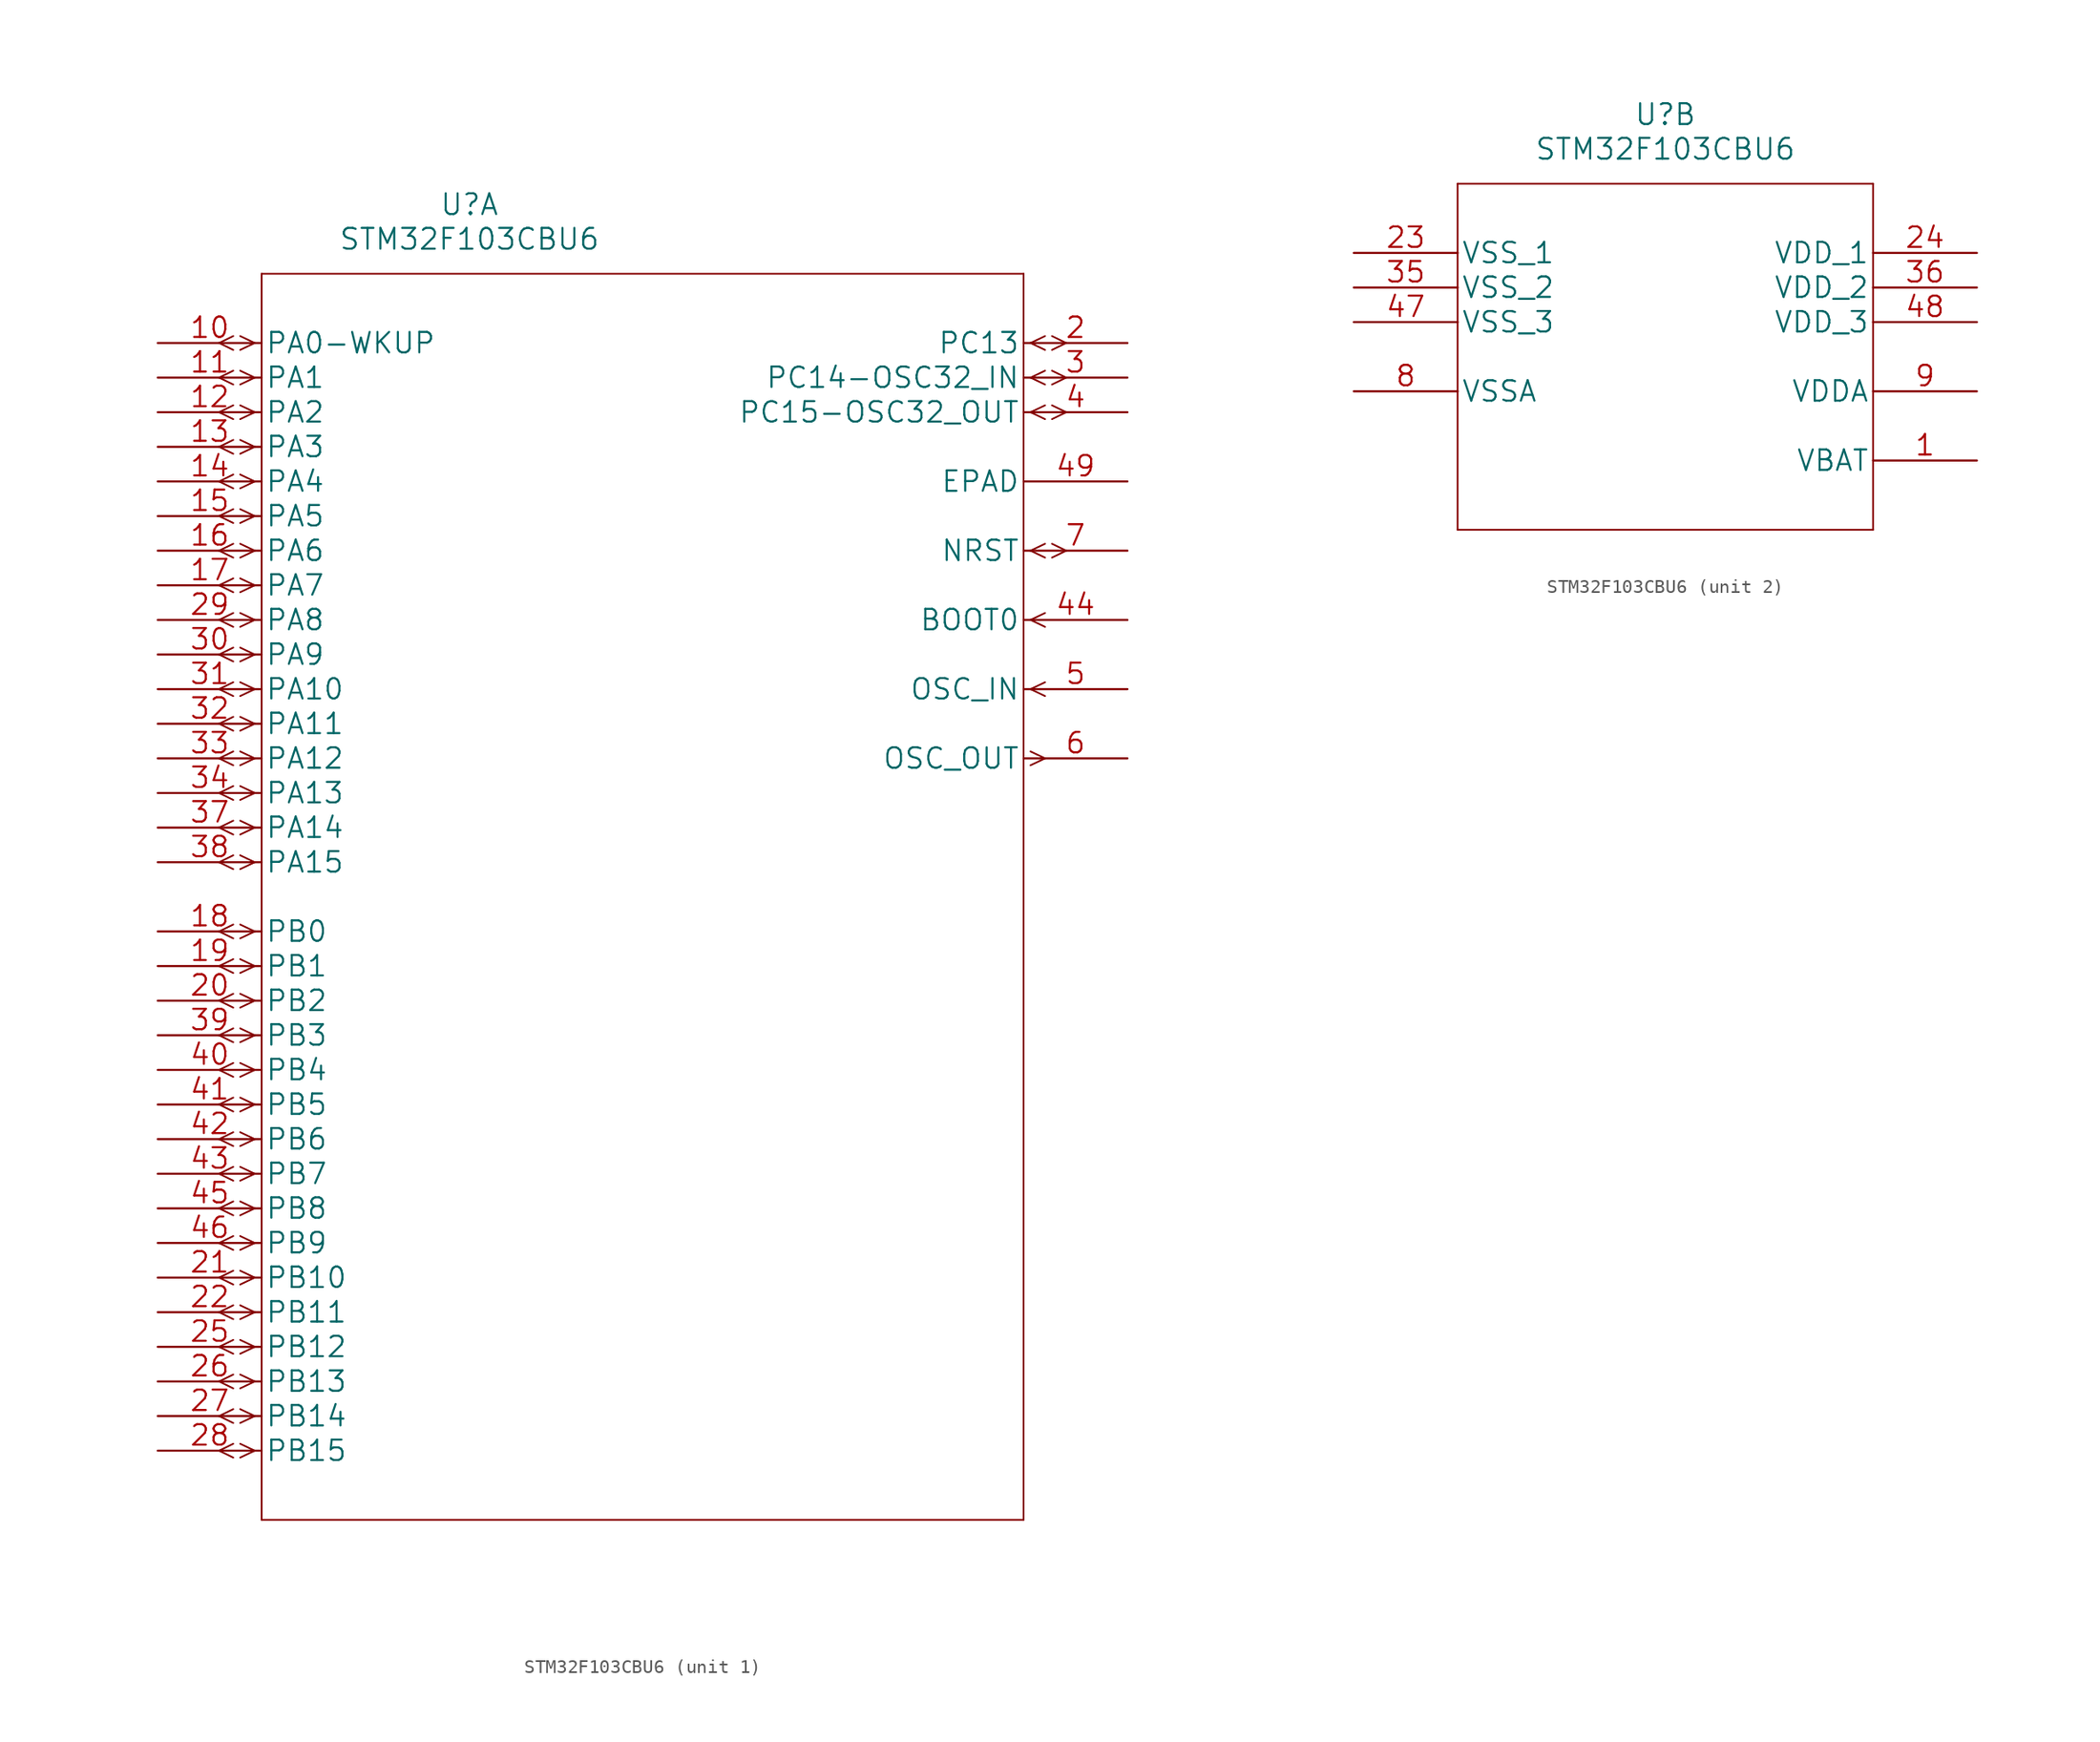
<source format=kicad_sym>
(kicad_symbol_lib
  (version 20211014)
  (generator kicad_symbol_editor)
  (symbol "STM32F103CBU6"
    (pin_names
      (offset 0.254))
    (property "Reference" "U"
      (at 22.86 10.16 0)
      (effects (font (size 1.524 1.524))))
    (property "Value" "STM32F103CBU6"
      (at 22.86 7.62 0)
      (effects (font (size 1.524 1.524))))
    (symbol "STM32F103CBU6_1_1"
      (polyline (pts (xy 5.537 -81.788) (xy 4.496 -81.28)) (stroke (width 0.127) (type default) (color 0 0 0 0)) (fill (type none)))
      (polyline (pts (xy 5.537 -80.772) (xy 4.496 -81.28)) (stroke (width 0.127) (type default) (color 0 0 0 0)) (fill (type none)))
      (polyline (pts (xy 5.537 -79.248) (xy 4.496 -78.74)) (stroke (width 0.127) (type default) (color 0 0 0 0)) (fill (type none)))
      (polyline (pts (xy 5.537 -78.232) (xy 4.496 -78.74)) (stroke (width 0.127) (type default) (color 0 0 0 0)) (fill (type none)))
      (polyline (pts (xy 5.537 -76.708) (xy 4.496 -76.2)) (stroke (width 0.127) (type default) (color 0 0 0 0)) (fill (type none)))
      (polyline (pts (xy 5.537 -75.692) (xy 4.496 -76.2)) (stroke (width 0.127) (type default) (color 0 0 0 0)) (fill (type none)))
      (polyline (pts (xy 5.537 -74.168) (xy 4.496 -73.66)) (stroke (width 0.127) (type default) (color 0 0 0 0)) (fill (type none)))
      (polyline (pts (xy 5.537 -73.152) (xy 4.496 -73.66)) (stroke (width 0.127) (type default) (color 0 0 0 0)) (fill (type none)))
      (polyline (pts (xy 5.537 -71.628) (xy 4.496 -71.12)) (stroke (width 0.127) (type default) (color 0 0 0 0)) (fill (type none)))
      (polyline (pts (xy 5.537 -70.612) (xy 4.496 -71.12)) (stroke (width 0.127) (type default) (color 0 0 0 0)) (fill (type none)))
      (polyline (pts (xy 5.537 -69.088) (xy 4.496 -68.58)) (stroke (width 0.127) (type default) (color 0 0 0 0)) (fill (type none)))
      (polyline (pts (xy 5.537 -68.072) (xy 4.496 -68.58)) (stroke (width 0.127) (type default) (color 0 0 0 0)) (fill (type none)))
      (polyline (pts (xy 5.537 -66.548) (xy 4.496 -66.04)) (stroke (width 0.127) (type default) (color 0 0 0 0)) (fill (type none)))
      (polyline (pts (xy 5.537 -65.532) (xy 4.496 -66.04)) (stroke (width 0.127) (type default) (color 0 0 0 0)) (fill (type none)))
      (polyline (pts (xy 5.537 -64.008) (xy 4.496 -63.5)) (stroke (width 0.127) (type default) (color 0 0 0 0)) (fill (type none)))
      (polyline (pts (xy 5.537 -62.992) (xy 4.496 -63.5)) (stroke (width 0.127) (type default) (color 0 0 0 0)) (fill (type none)))
      (polyline (pts (xy 5.537 -61.468) (xy 4.496 -60.96)) (stroke (width 0.127) (type default) (color 0 0 0 0)) (fill (type none)))
      (polyline (pts (xy 5.537 -60.452) (xy 4.496 -60.96)) (stroke (width 0.127) (type default) (color 0 0 0 0)) (fill (type none)))
      (polyline (pts (xy 5.537 -58.928) (xy 4.496 -58.42)) (stroke (width 0.127) (type default) (color 0 0 0 0)) (fill (type none)))
      (polyline (pts (xy 5.537 -57.912) (xy 4.496 -58.42)) (stroke (width 0.127) (type default) (color 0 0 0 0)) (fill (type none)))
      (polyline (pts (xy 5.537 -56.388) (xy 4.496 -55.88)) (stroke (width 0.127) (type default) (color 0 0 0 0)) (fill (type none)))
      (polyline (pts (xy 5.537 -55.372) (xy 4.496 -55.88)) (stroke (width 0.127) (type default) (color 0 0 0 0)) (fill (type none)))
      (polyline (pts (xy 5.537 -53.848) (xy 4.496 -53.34)) (stroke (width 0.127) (type default) (color 0 0 0 0)) (fill (type none)))
      (polyline (pts (xy 5.537 -52.832) (xy 4.496 -53.34)) (stroke (width 0.127) (type default) (color 0 0 0 0)) (fill (type none)))
      (polyline (pts (xy 5.537 -51.308) (xy 4.496 -50.8)) (stroke (width 0.127) (type default) (color 0 0 0 0)) (fill (type none)))
      (polyline (pts (xy 5.537 -50.292) (xy 4.496 -50.8)) (stroke (width 0.127) (type default) (color 0 0 0 0)) (fill (type none)))
      (polyline (pts (xy 5.537 -48.768) (xy 4.496 -48.26)) (stroke (width 0.127) (type default) (color 0 0 0 0)) (fill (type none)))
      (polyline (pts (xy 5.537 -47.752) (xy 4.496 -48.26)) (stroke (width 0.127) (type default) (color 0 0 0 0)) (fill (type none)))
      (polyline (pts (xy 5.537 -46.228) (xy 4.496 -45.72)) (stroke (width 0.127) (type default) (color 0 0 0 0)) (fill (type none)))
      (polyline (pts (xy 5.537 -45.212) (xy 4.496 -45.72)) (stroke (width 0.127) (type default) (color 0 0 0 0)) (fill (type none)))
      (polyline (pts (xy 5.537 -43.688) (xy 4.496 -43.18)) (stroke (width 0.127) (type default) (color 0 0 0 0)) (fill (type none)))
      (polyline (pts (xy 5.537 -42.672) (xy 4.496 -43.18)) (stroke (width 0.127) (type default) (color 0 0 0 0)) (fill (type none)))
      (polyline (pts (xy 5.537 -38.608) (xy 4.496 -38.1)) (stroke (width 0.127) (type default) (color 0 0 0 0)) (fill (type none)))
      (polyline (pts (xy 5.537 -37.592) (xy 4.496 -38.1)) (stroke (width 0.127) (type default) (color 0 0 0 0)) (fill (type none)))
      (polyline (pts (xy 5.537 -36.068) (xy 4.496 -35.56)) (stroke (width 0.127) (type default) (color 0 0 0 0)) (fill (type none)))
      (polyline (pts (xy 5.537 -35.052) (xy 4.496 -35.56)) (stroke (width 0.127) (type default) (color 0 0 0 0)) (fill (type none)))
      (polyline (pts (xy 5.537 -33.528) (xy 4.496 -33.02)) (stroke (width 0.127) (type default) (color 0 0 0 0)) (fill (type none)))
      (polyline (pts (xy 5.537 -32.512) (xy 4.496 -33.02)) (stroke (width 0.127) (type default) (color 0 0 0 0)) (fill (type none)))
      (polyline (pts (xy 5.537 -30.988) (xy 4.496 -30.48)) (stroke (width 0.127) (type default) (color 0 0 0 0)) (fill (type none)))
      (polyline (pts (xy 5.537 -29.972) (xy 4.496 -30.48)) (stroke (width 0.127) (type default) (color 0 0 0 0)) (fill (type none)))
      (polyline (pts (xy 5.537 -28.448) (xy 4.496 -27.94)) (stroke (width 0.127) (type default) (color 0 0 0 0)) (fill (type none)))
      (polyline (pts (xy 5.537 -27.432) (xy 4.496 -27.94)) (stroke (width 0.127) (type default) (color 0 0 0 0)) (fill (type none)))
      (polyline (pts (xy 5.537 -25.908) (xy 4.496 -25.4)) (stroke (width 0.127) (type default) (color 0 0 0 0)) (fill (type none)))
      (polyline (pts (xy 5.537 -24.892) (xy 4.496 -25.4)) (stroke (width 0.127) (type default) (color 0 0 0 0)) (fill (type none)))
      (polyline (pts (xy 5.537 -23.368) (xy 4.496 -22.86)) (stroke (width 0.127) (type default) (color 0 0 0 0)) (fill (type none)))
      (polyline (pts (xy 5.537 -22.352) (xy 4.496 -22.86)) (stroke (width 0.127) (type default) (color 0 0 0 0)) (fill (type none)))
      (polyline (pts (xy 5.537 -20.828) (xy 4.496 -20.32)) (stroke (width 0.127) (type default) (color 0 0 0 0)) (fill (type none)))
      (polyline (pts (xy 5.537 -19.812) (xy 4.496 -20.32)) (stroke (width 0.127) (type default) (color 0 0 0 0)) (fill (type none)))
      (polyline (pts (xy 5.537 -18.288) (xy 4.496 -17.78)) (stroke (width 0.127) (type default) (color 0 0 0 0)) (fill (type none)))
      (polyline (pts (xy 5.537 -17.272) (xy 4.496 -17.78)) (stroke (width 0.127) (type default) (color 0 0 0 0)) (fill (type none)))
      (polyline (pts (xy 5.537 -15.748) (xy 4.496 -15.24)) (stroke (width 0.127) (type default) (color 0 0 0 0)) (fill (type none)))
      (polyline (pts (xy 5.537 -14.732) (xy 4.496 -15.24)) (stroke (width 0.127) (type default) (color 0 0 0 0)) (fill (type none)))
      (polyline (pts (xy 5.537 -13.208) (xy 4.496 -12.7)) (stroke (width 0.127) (type default) (color 0 0 0 0)) (fill (type none)))
      (polyline (pts (xy 5.537 -12.192) (xy 4.496 -12.7)) (stroke (width 0.127) (type default) (color 0 0 0 0)) (fill (type none)))
      (polyline (pts (xy 5.537 -10.668) (xy 4.496 -10.16)) (stroke (width 0.127) (type default) (color 0 0 0 0)) (fill (type none)))
      (polyline (pts (xy 5.537 -9.652) (xy 4.496 -10.16)) (stroke (width 0.127) (type default) (color 0 0 0 0)) (fill (type none)))
      (polyline (pts (xy 5.537 -8.128) (xy 4.496 -7.62)) (stroke (width 0.127) (type default) (color 0 0 0 0)) (fill (type none)))
      (polyline (pts (xy 5.537 -7.112) (xy 4.496 -7.62)) (stroke (width 0.127) (type default) (color 0 0 0 0)) (fill (type none)))
      (polyline (pts (xy 5.537 -5.588) (xy 4.496 -5.08)) (stroke (width 0.127) (type default) (color 0 0 0 0)) (fill (type none)))
      (polyline (pts (xy 5.537 -4.572) (xy 4.496 -5.08)) (stroke (width 0.127) (type default) (color 0 0 0 0)) (fill (type none)))
      (polyline (pts (xy 5.537 -3.048) (xy 4.496 -2.54)) (stroke (width 0.127) (type default) (color 0 0 0 0)) (fill (type none)))
      (polyline (pts (xy 5.537 -2.032) (xy 4.496 -2.54)) (stroke (width 0.127) (type default) (color 0 0 0 0)) (fill (type none)))
      (polyline (pts (xy 5.537 -0.508) (xy 4.496 0)) (stroke (width 0.127) (type default) (color 0 0 0 0)) (fill (type none)))
      (polyline (pts (xy 5.537 0.508) (xy 4.496 0)) (stroke (width 0.127) (type default) (color 0 0 0 0)) (fill (type none)))
      (polyline (pts (xy 7.112 -81.28) (xy 6.045 -81.788)) (stroke (width 0.127) (type default) (color 0 0 0 0)) (fill (type none)))
      (polyline (pts (xy 7.112 -81.28) (xy 6.045 -80.772)) (stroke (width 0.127) (type default) (color 0 0 0 0)) (fill (type none)))
      (polyline (pts (xy 7.112 -78.74) (xy 6.045 -79.248)) (stroke (width 0.127) (type default) (color 0 0 0 0)) (fill (type none)))
      (polyline (pts (xy 7.112 -78.74) (xy 6.045 -78.232)) (stroke (width 0.127) (type default) (color 0 0 0 0)) (fill (type none)))
      (polyline (pts (xy 7.112 -76.2) (xy 6.045 -76.708)) (stroke (width 0.127) (type default) (color 0 0 0 0)) (fill (type none)))
      (polyline (pts (xy 7.112 -76.2) (xy 6.045 -75.692)) (stroke (width 0.127) (type default) (color 0 0 0 0)) (fill (type none)))
      (polyline (pts (xy 7.112 -73.66) (xy 6.045 -74.168)) (stroke (width 0.127) (type default) (color 0 0 0 0)) (fill (type none)))
      (polyline (pts (xy 7.112 -73.66) (xy 6.045 -73.152)) (stroke (width 0.127) (type default) (color 0 0 0 0)) (fill (type none)))
      (polyline (pts (xy 7.112 -71.12) (xy 6.045 -71.628)) (stroke (width 0.127) (type default) (color 0 0 0 0)) (fill (type none)))
      (polyline (pts (xy 7.112 -71.12) (xy 6.045 -70.612)) (stroke (width 0.127) (type default) (color 0 0 0 0)) (fill (type none)))
      (polyline (pts (xy 7.112 -68.58) (xy 6.045 -69.088)) (stroke (width 0.127) (type default) (color 0 0 0 0)) (fill (type none)))
      (polyline (pts (xy 7.112 -68.58) (xy 6.045 -68.072)) (stroke (width 0.127) (type default) (color 0 0 0 0)) (fill (type none)))
      (polyline (pts (xy 7.112 -66.04) (xy 6.045 -66.548)) (stroke (width 0.127) (type default) (color 0 0 0 0)) (fill (type none)))
      (polyline (pts (xy 7.112 -66.04) (xy 6.045 -65.532)) (stroke (width 0.127) (type default) (color 0 0 0 0)) (fill (type none)))
      (polyline (pts (xy 7.112 -63.5) (xy 6.045 -64.008)) (stroke (width 0.127) (type default) (color 0 0 0 0)) (fill (type none)))
      (polyline (pts (xy 7.112 -63.5) (xy 6.045 -62.992)) (stroke (width 0.127) (type default) (color 0 0 0 0)) (fill (type none)))
      (polyline (pts (xy 7.112 -60.96) (xy 6.045 -61.468)) (stroke (width 0.127) (type default) (color 0 0 0 0)) (fill (type none)))
      (polyline (pts (xy 7.112 -60.96) (xy 6.045 -60.452)) (stroke (width 0.127) (type default) (color 0 0 0 0)) (fill (type none)))
      (polyline (pts (xy 7.112 -58.42) (xy 6.045 -58.928)) (stroke (width 0.127) (type default) (color 0 0 0 0)) (fill (type none)))
      (polyline (pts (xy 7.112 -58.42) (xy 6.045 -57.912)) (stroke (width 0.127) (type default) (color 0 0 0 0)) (fill (type none)))
      (polyline (pts (xy 7.112 -55.88) (xy 6.045 -56.388)) (stroke (width 0.127) (type default) (color 0 0 0 0)) (fill (type none)))
      (polyline (pts (xy 7.112 -55.88) (xy 6.045 -55.372)) (stroke (width 0.127) (type default) (color 0 0 0 0)) (fill (type none)))
      (polyline (pts (xy 7.112 -53.34) (xy 6.045 -53.848)) (stroke (width 0.127) (type default) (color 0 0 0 0)) (fill (type none)))
      (polyline (pts (xy 7.112 -53.34) (xy 6.045 -52.832)) (stroke (width 0.127) (type default) (color 0 0 0 0)) (fill (type none)))
      (polyline (pts (xy 7.112 -50.8) (xy 6.045 -51.308)) (stroke (width 0.127) (type default) (color 0 0 0 0)) (fill (type none)))
      (polyline (pts (xy 7.112 -50.8) (xy 6.045 -50.292)) (stroke (width 0.127) (type default) (color 0 0 0 0)) (fill (type none)))
      (polyline (pts (xy 7.112 -48.26) (xy 6.045 -48.768)) (stroke (width 0.127) (type default) (color 0 0 0 0)) (fill (type none)))
      (polyline (pts (xy 7.112 -48.26) (xy 6.045 -47.752)) (stroke (width 0.127) (type default) (color 0 0 0 0)) (fill (type none)))
      (polyline (pts (xy 7.112 -45.72) (xy 6.045 -46.228)) (stroke (width 0.127) (type default) (color 0 0 0 0)) (fill (type none)))
      (polyline (pts (xy 7.112 -45.72) (xy 6.045 -45.212)) (stroke (width 0.127) (type default) (color 0 0 0 0)) (fill (type none)))
      (polyline (pts (xy 7.112 -43.18) (xy 6.045 -43.688)) (stroke (width 0.127) (type default) (color 0 0 0 0)) (fill (type none)))
      (polyline (pts (xy 7.112 -43.18) (xy 6.045 -42.672)) (stroke (width 0.127) (type default) (color 0 0 0 0)) (fill (type none)))
      (polyline (pts (xy 7.112 -38.1) (xy 6.045 -38.608)) (stroke (width 0.127) (type default) (color 0 0 0 0)) (fill (type none)))
      (polyline (pts (xy 7.112 -38.1) (xy 6.045 -37.592)) (stroke (width 0.127) (type default) (color 0 0 0 0)) (fill (type none)))
      (polyline (pts (xy 7.112 -35.56) (xy 6.045 -36.068)) (stroke (width 0.127) (type default) (color 0 0 0 0)) (fill (type none)))
      (polyline (pts (xy 7.112 -35.56) (xy 6.045 -35.052)) (stroke (width 0.127) (type default) (color 0 0 0 0)) (fill (type none)))
      (polyline (pts (xy 7.112 -33.02) (xy 6.045 -33.528)) (stroke (width 0.127) (type default) (color 0 0 0 0)) (fill (type none)))
      (polyline (pts (xy 7.112 -33.02) (xy 6.045 -32.512)) (stroke (width 0.127) (type default) (color 0 0 0 0)) (fill (type none)))
      (polyline (pts (xy 7.112 -30.48) (xy 6.045 -30.988)) (stroke (width 0.127) (type default) (color 0 0 0 0)) (fill (type none)))
      (polyline (pts (xy 7.112 -30.48) (xy 6.045 -29.972)) (stroke (width 0.127) (type default) (color 0 0 0 0)) (fill (type none)))
      (polyline (pts (xy 7.112 -27.94) (xy 6.045 -28.448)) (stroke (width 0.127) (type default) (color 0 0 0 0)) (fill (type none)))
      (polyline (pts (xy 7.112 -27.94) (xy 6.045 -27.432)) (stroke (width 0.127) (type default) (color 0 0 0 0)) (fill (type none)))
      (polyline (pts (xy 7.112 -25.4) (xy 6.045 -25.908)) (stroke (width 0.127) (type default) (color 0 0 0 0)) (fill (type none)))
      (polyline (pts (xy 7.112 -25.4) (xy 6.045 -24.892)) (stroke (width 0.127) (type default) (color 0 0 0 0)) (fill (type none)))
      (polyline (pts (xy 7.112 -22.86) (xy 6.045 -23.368)) (stroke (width 0.127) (type default) (color 0 0 0 0)) (fill (type none)))
      (polyline (pts (xy 7.112 -22.86) (xy 6.045 -22.352)) (stroke (width 0.127) (type default) (color 0 0 0 0)) (fill (type none)))
      (polyline (pts (xy 7.112 -20.32) (xy 6.045 -20.828)) (stroke (width 0.127) (type default) (color 0 0 0 0)) (fill (type none)))
      (polyline (pts (xy 7.112 -20.32) (xy 6.045 -19.812)) (stroke (width 0.127) (type default) (color 0 0 0 0)) (fill (type none)))
      (polyline (pts (xy 7.112 -17.78) (xy 6.045 -18.288)) (stroke (width 0.127) (type default) (color 0 0 0 0)) (fill (type none)))
      (polyline (pts (xy 7.112 -17.78) (xy 6.045 -17.272)) (stroke (width 0.127) (type default) (color 0 0 0 0)) (fill (type none)))
      (polyline (pts (xy 7.112 -15.24) (xy 6.045 -15.748)) (stroke (width 0.127) (type default) (color 0 0 0 0)) (fill (type none)))
      (polyline (pts (xy 7.112 -15.24) (xy 6.045 -14.732)) (stroke (width 0.127) (type default) (color 0 0 0 0)) (fill (type none)))
      (polyline (pts (xy 7.112 -12.7) (xy 6.045 -13.208)) (stroke (width 0.127) (type default) (color 0 0 0 0)) (fill (type none)))
      (polyline (pts (xy 7.112 -12.7) (xy 6.045 -12.192)) (stroke (width 0.127) (type default) (color 0 0 0 0)) (fill (type none)))
      (polyline (pts (xy 7.112 -10.16) (xy 6.045 -10.668)) (stroke (width 0.127) (type default) (color 0 0 0 0)) (fill (type none)))
      (polyline (pts (xy 7.112 -10.16) (xy 6.045 -9.652)) (stroke (width 0.127) (type default) (color 0 0 0 0)) (fill (type none)))
      (polyline (pts (xy 7.112 -7.62) (xy 6.045 -8.128)) (stroke (width 0.127) (type default) (color 0 0 0 0)) (fill (type none)))
      (polyline (pts (xy 7.112 -7.62) (xy 6.045 -7.112)) (stroke (width 0.127) (type default) (color 0 0 0 0)) (fill (type none)))
      (polyline (pts (xy 7.112 -5.08) (xy 6.045 -5.588)) (stroke (width 0.127) (type default) (color 0 0 0 0)) (fill (type none)))
      (polyline (pts (xy 7.112 -5.08) (xy 6.045 -4.572)) (stroke (width 0.127) (type default) (color 0 0 0 0)) (fill (type none)))
      (polyline (pts (xy 7.112 -2.54) (xy 6.045 -3.048)) (stroke (width 0.127) (type default) (color 0 0 0 0)) (fill (type none)))
      (polyline (pts (xy 7.112 -2.54) (xy 6.045 -2.032)) (stroke (width 0.127) (type default) (color 0 0 0 0)) (fill (type none)))
      (polyline (pts (xy 7.112 0) (xy 6.045 -0.508)) (stroke (width 0.127) (type default) (color 0 0 0 0)) (fill (type none)))
      (polyline (pts (xy 7.112 0) (xy 6.045 0.508)) (stroke (width 0.127) (type default) (color 0 0 0 0)) (fill (type none)))
      (polyline (pts (xy 7.62 -86.36) (xy 63.5 -86.36)) (stroke (width 0.127) (type default) (color 0 0 0 0)) (fill (type none)))
      (polyline (pts (xy 7.62 5.08) (xy 7.62 -86.36)) (stroke (width 0.127) (type default) (color 0 0 0 0)) (fill (type none)))
      (polyline (pts (xy 63.5 -86.36) (xy 63.5 5.08)) (stroke (width 0.127) (type default) (color 0 0 0 0)) (fill (type none)))
      (polyline (pts (xy 63.5 5.08) (xy 7.62 5.08)) (stroke (width 0.127) (type default) (color 0 0 0 0)) (fill (type none)))
      (polyline (pts (xy 64.008 -30.988) (xy 65.075 -30.48)) (stroke (width 0.127) (type default) (color 0 0 0 0)) (fill (type none)))
      (polyline (pts (xy 64.008 -29.972) (xy 65.075 -30.48)) (stroke (width 0.127) (type default) (color 0 0 0 0)) (fill (type none)))
      (polyline (pts (xy 64.008 -25.4) (xy 65.075 -25.908)) (stroke (width 0.127) (type default) (color 0 0 0 0)) (fill (type none)))
      (polyline (pts (xy 64.008 -25.4) (xy 65.075 -24.892)) (stroke (width 0.127) (type default) (color 0 0 0 0)) (fill (type none)))
      (polyline (pts (xy 64.008 -20.32) (xy 65.075 -20.828)) (stroke (width 0.127) (type default) (color 0 0 0 0)) (fill (type none)))
      (polyline (pts (xy 64.008 -20.32) (xy 65.075 -19.812)) (stroke (width 0.127) (type default) (color 0 0 0 0)) (fill (type none)))
      (polyline (pts (xy 64.008 -15.24) (xy 65.075 -15.748)) (stroke (width 0.127) (type default) (color 0 0 0 0)) (fill (type none)))
      (polyline (pts (xy 64.008 -15.24) (xy 65.075 -14.732)) (stroke (width 0.127) (type default) (color 0 0 0 0)) (fill (type none)))
      (polyline (pts (xy 64.008 -5.08) (xy 65.075 -5.588)) (stroke (width 0.127) (type default) (color 0 0 0 0)) (fill (type none)))
      (polyline (pts (xy 64.008 -5.08) (xy 65.075 -4.572)) (stroke (width 0.127) (type default) (color 0 0 0 0)) (fill (type none)))
      (polyline (pts (xy 64.008 -2.54) (xy 65.075 -3.048)) (stroke (width 0.127) (type default) (color 0 0 0 0)) (fill (type none)))
      (polyline (pts (xy 64.008 -2.54) (xy 65.075 -2.032)) (stroke (width 0.127) (type default) (color 0 0 0 0)) (fill (type none)))
      (polyline (pts (xy 64.008 0) (xy 65.075 -0.508)) (stroke (width 0.127) (type default) (color 0 0 0 0)) (fill (type none)))
      (polyline (pts (xy 64.008 0) (xy 65.075 0.508)) (stroke (width 0.127) (type default) (color 0 0 0 0)) (fill (type none)))
      (polyline (pts (xy 65.583 -15.748) (xy 66.624 -15.24)) (stroke (width 0.127) (type default) (color 0 0 0 0)) (fill (type none)))
      (polyline (pts (xy 65.583 -14.732) (xy 66.624 -15.24)) (stroke (width 0.127) (type default) (color 0 0 0 0)) (fill (type none)))
      (polyline (pts (xy 65.583 -5.588) (xy 66.624 -5.08)) (stroke (width 0.127) (type default) (color 0 0 0 0)) (fill (type none)))
      (polyline (pts (xy 65.583 -4.572) (xy 66.624 -5.08)) (stroke (width 0.127) (type default) (color 0 0 0 0)) (fill (type none)))
      (polyline (pts (xy 65.583 -3.048) (xy 66.624 -2.54)) (stroke (width 0.127) (type default) (color 0 0 0 0)) (fill (type none)))
      (polyline (pts (xy 65.583 -2.032) (xy 66.624 -2.54)) (stroke (width 0.127) (type default) (color 0 0 0 0)) (fill (type none)))
      (polyline (pts (xy 65.583 -0.508) (xy 66.624 0)) (stroke (width 0.127) (type default) (color 0 0 0 0)) (fill (type none)))
      (polyline (pts (xy 65.583 0.508) (xy 66.624 0)) (stroke (width 0.127) (type default) (color 0 0 0 0)) (fill (type none)))
      (pin bidirectional line (at 0 0 0) (length 7.62) (name "PA0-WKUP" (effects (font (size 1.499 1.499)))) (number "10" (effects (font (size 1.499 1.499)))))
      (pin bidirectional line (at 0 -2.54 0) (length 7.62) (name "PA1" (effects (font (size 1.499 1.499)))) (number "11" (effects (font (size 1.499 1.499)))))
      (pin bidirectional line (at 0 -5.08 0) (length 7.62) (name "PA2" (effects (font (size 1.499 1.499)))) (number "12" (effects (font (size 1.499 1.499)))))
      (pin bidirectional line (at 0 -7.62 0) (length 7.62) (name "PA3" (effects (font (size 1.499 1.499)))) (number "13" (effects (font (size 1.499 1.499)))))
      (pin bidirectional line (at 0 -10.16 0) (length 7.62) (name "PA4" (effects (font (size 1.499 1.499)))) (number "14" (effects (font (size 1.499 1.499)))))
      (pin bidirectional line (at 0 -12.7 0) (length 7.62) (name "PA5" (effects (font (size 1.499 1.499)))) (number "15" (effects (font (size 1.499 1.499)))))
      (pin bidirectional line (at 0 -15.24 0) (length 7.62) (name "PA6" (effects (font (size 1.499 1.499)))) (number "16" (effects (font (size 1.499 1.499)))))
      (pin bidirectional line (at 0 -17.78 0) (length 7.62) (name "PA7" (effects (font (size 1.499 1.499)))) (number "17" (effects (font (size 1.499 1.499)))))
      (pin bidirectional line (at 0 -43.18 0) (length 7.62) (name "PB0" (effects (font (size 1.499 1.499)))) (number "18" (effects (font (size 1.499 1.499)))))
      (pin bidirectional line (at 0 -45.72 0) (length 7.62) (name "PB1" (effects (font (size 1.499 1.499)))) (number "19" (effects (font (size 1.499 1.499)))))
      (pin bidirectional line (at 71.12 0 180) (length 7.62) (name "PC13" (effects (font (size 1.499 1.499)))) (number "2" (effects (font (size 1.499 1.499)))))
      (pin bidirectional line (at 0 -48.26 0) (length 7.62) (name "PB2" (effects (font (size 1.499 1.499)))) (number "20" (effects (font (size 1.499 1.499)))))
      (pin bidirectional line (at 0 -68.58 0) (length 7.62) (name "PB10" (effects (font (size 1.499 1.499)))) (number "21" (effects (font (size 1.499 1.499)))))
      (pin bidirectional line (at 0 -71.12 0) (length 7.62) (name "PB11" (effects (font (size 1.499 1.499)))) (number "22" (effects (font (size 1.499 1.499)))))
      (pin bidirectional line (at 0 -73.66 0) (length 7.62) (name "PB12" (effects (font (size 1.499 1.499)))) (number "25" (effects (font (size 1.499 1.499)))))
      (pin bidirectional line (at 0 -76.2 0) (length 7.62) (name "PB13" (effects (font (size 1.499 1.499)))) (number "26" (effects (font (size 1.499 1.499)))))
      (pin bidirectional line (at 0 -78.74 0) (length 7.62) (name "PB14" (effects (font (size 1.499 1.499)))) (number "27" (effects (font (size 1.499 1.499)))))
      (pin bidirectional line (at 0 -81.28 0) (length 7.62) (name "PB15" (effects (font (size 1.499 1.499)))) (number "28" (effects (font (size 1.499 1.499)))))
      (pin bidirectional line (at 0 -20.32 0) (length 7.62) (name "PA8" (effects (font (size 1.499 1.499)))) (number "29" (effects (font (size 1.499 1.499)))))
      (pin bidirectional line (at 71.12 -2.54 180) (length 7.62) (name "PC14-OSC32_IN" (effects (font (size 1.499 1.499)))) (number "3" (effects (font (size 1.499 1.499)))))
      (pin bidirectional line (at 0 -22.86 0) (length 7.62) (name "PA9" (effects (font (size 1.499 1.499)))) (number "30" (effects (font (size 1.499 1.499)))))
      (pin bidirectional line (at 0 -25.4 0) (length 7.62) (name "PA10" (effects (font (size 1.499 1.499)))) (number "31" (effects (font (size 1.499 1.499)))))
      (pin bidirectional line (at 0 -27.94 0) (length 7.62) (name "PA11" (effects (font (size 1.499 1.499)))) (number "32" (effects (font (size 1.499 1.499)))))
      (pin bidirectional line (at 0 -30.48 0) (length 7.62) (name "PA12" (effects (font (size 1.499 1.499)))) (number "33" (effects (font (size 1.499 1.499)))))
      (pin bidirectional line (at 0 -33.02 0) (length 7.62) (name "PA13" (effects (font (size 1.499 1.499)))) (number "34" (effects (font (size 1.499 1.499)))))
      (pin bidirectional line (at 0 -35.56 0) (length 7.62) (name "PA14" (effects (font (size 1.499 1.499)))) (number "37" (effects (font (size 1.499 1.499)))))
      (pin bidirectional line (at 0 -38.1 0) (length 7.62) (name "PA15" (effects (font (size 1.499 1.499)))) (number "38" (effects (font (size 1.499 1.499)))))
      (pin bidirectional line (at 0 -50.8 0) (length 7.62) (name "PB3" (effects (font (size 1.499 1.499)))) (number "39" (effects (font (size 1.499 1.499)))))
      (pin bidirectional line (at 71.12 -5.08 180) (length 7.62) (name "PC15-OSC32_OUT" (effects (font (size 1.499 1.499)))) (number "4" (effects (font (size 1.499 1.499)))))
      (pin bidirectional line (at 0 -53.34 0) (length 7.62) (name "PB4" (effects (font (size 1.499 1.499)))) (number "40" (effects (font (size 1.499 1.499)))))
      (pin bidirectional line (at 0 -55.88 0) (length 7.62) (name "PB5" (effects (font (size 1.499 1.499)))) (number "41" (effects (font (size 1.499 1.499)))))
      (pin bidirectional line (at 0 -58.42 0) (length 7.62) (name "PB6" (effects (font (size 1.499 1.499)))) (number "42" (effects (font (size 1.499 1.499)))))
      (pin bidirectional line (at 0 -60.96 0) (length 7.62) (name "PB7" (effects (font (size 1.499 1.499)))) (number "43" (effects (font (size 1.499 1.499)))))
      (pin input line (at 71.12 -20.32 180) (length 7.62) (name "BOOT0" (effects (font (size 1.499 1.499)))) (number "44" (effects (font (size 1.499 1.499)))))
      (pin bidirectional line (at 0 -63.5 0) (length 7.62) (name "PB8" (effects (font (size 1.499 1.499)))) (number "45" (effects (font (size 1.499 1.499)))))
      (pin bidirectional line (at 0 -66.04 0) (length 7.62) (name "PB9" (effects (font (size 1.499 1.499)))) (number "46" (effects (font (size 1.499 1.499)))))
      (pin power_in line (at 71.12 -10.16 180) (length 7.62) (name "EPAD" (effects (font (size 1.499 1.499)))) (number "49" (effects (font (size 1.499 1.499)))))
      (pin input line (at 71.12 -25.4 180) (length 7.62) (name "OSC_IN" (effects (font (size 1.499 1.499)))) (number "5" (effects (font (size 1.499 1.499)))))
      (pin output line (at 71.12 -30.48 180) (length 7.62) (name "OSC_OUT" (effects (font (size 1.499 1.499)))) (number "6" (effects (font (size 1.499 1.499)))))
      (pin bidirectional line (at 71.12 -15.24 180) (length 7.62) (name "NRST" (effects (font (size 1.499 1.499)))) (number "7" (effects (font (size 1.499 1.499))))))
    (symbol "STM32F103CBU6_2_1"
      (polyline (pts (xy 7.62 -20.32) (xy 38.1 -20.32)) (stroke (width 0.127) (type default) (color 0 0 0 0)) (fill (type none)))
      (polyline (pts (xy 7.62 5.08) (xy 7.62 -20.32)) (stroke (width 0.127) (type default) (color 0 0 0 0)) (fill (type none)))
      (polyline (pts (xy 38.1 -20.32) (xy 38.1 5.08)) (stroke (width 0.127) (type default) (color 0 0 0 0)) (fill (type none)))
      (polyline (pts (xy 38.1 5.08) (xy 7.62 5.08)) (stroke (width 0.127) (type default) (color 0 0 0 0)) (fill (type none)))
      (pin power_in line (at 45.72 -15.24 180) (length 7.62) (name "VBAT" (effects (font (size 1.499 1.499)))) (number "1" (effects (font (size 1.499 1.499)))))
      (pin power_in line (at 0 0 0) (length 7.62) (name "VSS_1" (effects (font (size 1.499 1.499)))) (number "23" (effects (font (size 1.499 1.499)))))
      (pin power_in line (at 45.72 0 180) (length 7.62) (name "VDD_1" (effects (font (size 1.499 1.499)))) (number "24" (effects (font (size 1.499 1.499)))))
      (pin power_in line (at 0 -2.54 0) (length 7.62) (name "VSS_2" (effects (font (size 1.499 1.499)))) (number "35" (effects (font (size 1.499 1.499)))))
      (pin power_in line (at 45.72 -2.54 180) (length 7.62) (name "VDD_2" (effects (font (size 1.499 1.499)))) (number "36" (effects (font (size 1.499 1.499)))))
      (pin power_in line (at 0 -5.08 0) (length 7.62) (name "VSS_3" (effects (font (size 1.499 1.499)))) (number "47" (effects (font (size 1.499 1.499)))))
      (pin power_in line (at 45.72 -5.08 180) (length 7.62) (name "VDD_3" (effects (font (size 1.499 1.499)))) (number "48" (effects (font (size 1.499 1.499)))))
      (pin power_in line (at 0 -10.16 0) (length 7.62) (name "VSSA" (effects (font (size 1.499 1.499)))) (number "8" (effects (font (size 1.499 1.499)))))
      (pin power_in line (at 45.72 -10.16 180) (length 7.62) (name "VDDA" (effects (font (size 1.499 1.499)))) (number "9" (effects (font (size 1.499 1.499))))))))
</source>
